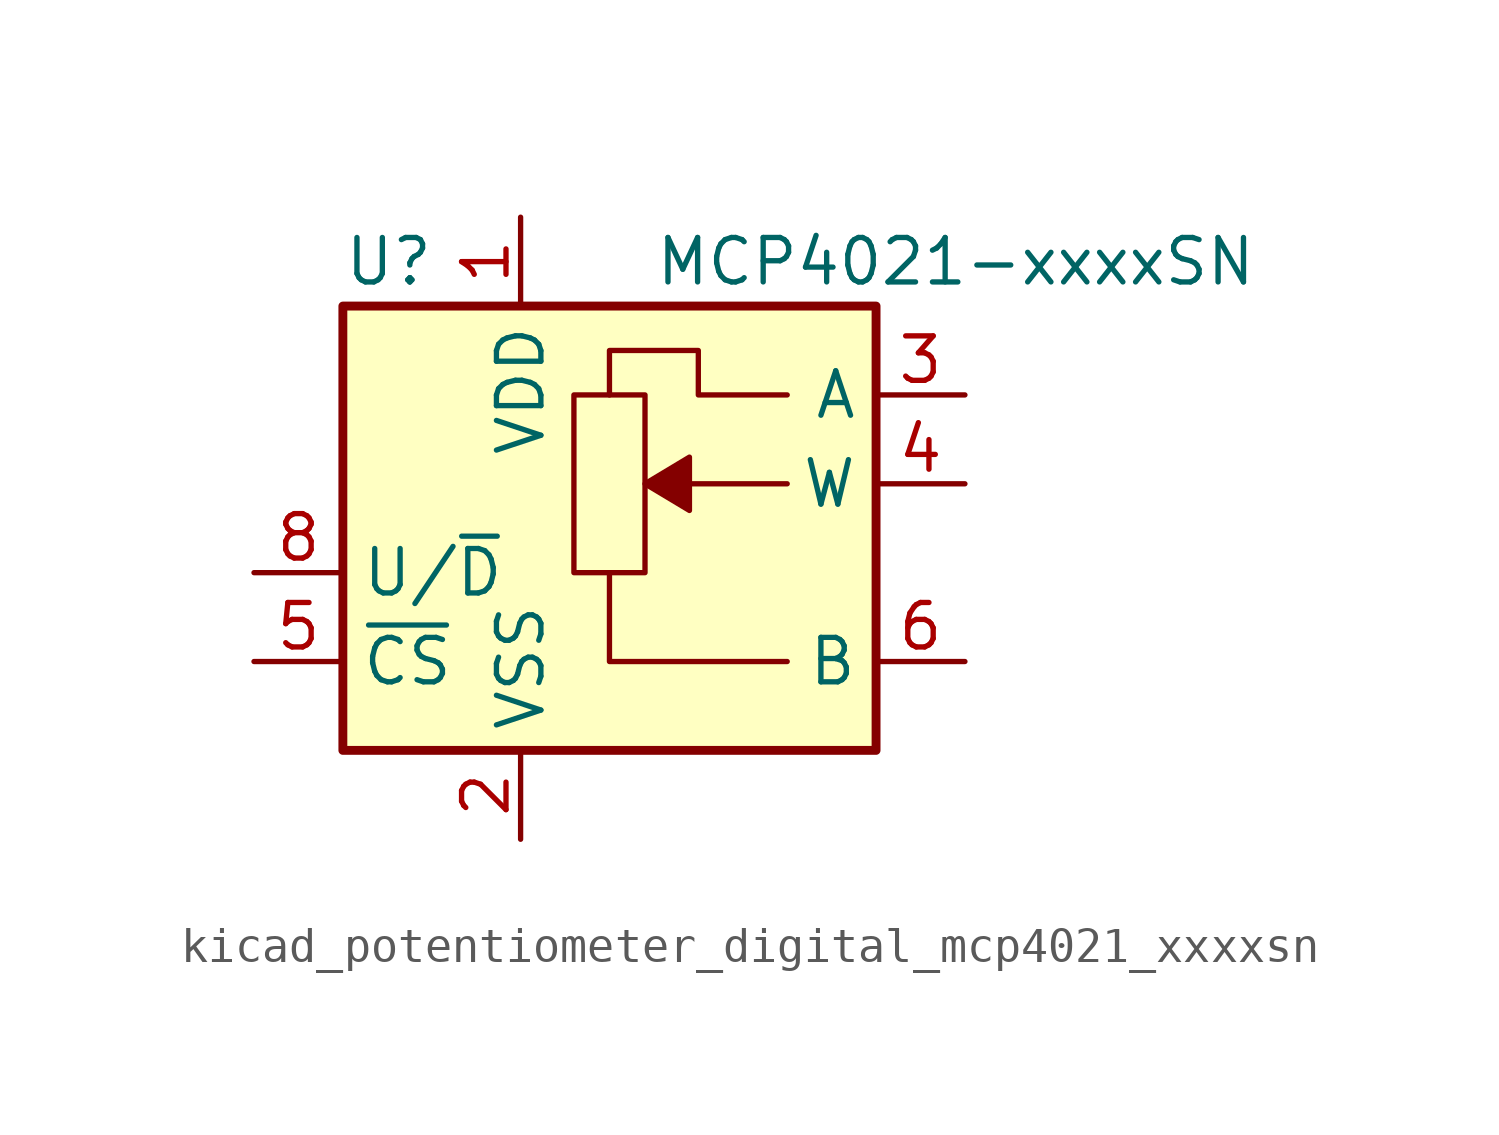
<source format=kicad_sym>
(kicad_symbol_lib
  (version 20220914)
  (generator kicad_symbol_editor)
  (symbol "kicad_potentiometer_digital_mcp4021_xxxxsn"
    (property "Reference" "U"
      (at -7.62 8.89 0)
      (effects (font (size 1.27 1.27)) (justify left)))
    (property "Value" "MCP4021-xxxxSN"
      (at 1.27 8.89 0)
      (effects (font (size 1.27 1.27)) (justify left)))
    (symbol "kicad_potentiometer_digital_mcp4021_xxxxsn_0_1"
      (polyline (pts (xy 0 0) (xy 0 -2.54) (xy 5.08 -2.54)) (stroke (width 0) (type default)) (fill (type none)))
      (polyline (pts (xy 5.08 2.54) (xy 3.81 2.54) (xy 1.27 2.54)) (stroke (width 0) (type default)) (fill (type none)))
      (polyline (pts (xy 5.08 5.08) (xy 2.54 5.08) (xy 2.54 6.35) (xy 0 6.35) (xy 0 5.08)) (stroke (width 0) (type default)) (fill (type none))))
    (symbol "kicad_potentiometer_digital_mcp4021_xxxxsn_1_1"
      (rectangle (start -7.62 7.62) (end 7.62 -5.08) (stroke (width 0.254) (type default)) (fill (type background)))
      (polyline (pts (xy 2.286 1.778) (xy 2.286 3.302) (xy 1.016 2.54) (xy 2.286 1.778)) (stroke (width 0) (type default)) (fill (type outline)))
      (rectangle (start 1.016 0) (end -1.016 5.08) (stroke (width 0) (type default)) (fill (type none)))
      (pin power_in line (at -2.54 10.16 270) (length 2.54) (name "VDD" (effects (font (size 1.27 1.27)))) (number "1" (effects (font (size 1.27 1.27)))))
      (pin power_in line (at -2.54 -7.62 90) (length 2.54) (name "VSS" (effects (font (size 1.27 1.27)))) (number "2" (effects (font (size 1.27 1.27)))))
      (pin passive line (at 10.16 5.08 180) (length 2.54) (name "A" (effects (font (size 1.27 1.27)))) (number "3" (effects (font (size 1.27 1.27)))))
      (pin passive line (at 10.16 2.54 180) (length 2.54) (name "W" (effects (font (size 1.27 1.27)))) (number "4" (effects (font (size 1.27 1.27)))))
      (pin input line (at -10.16 -2.54 0) (length 2.54) (name "~{CS}" (effects (font (size 1.27 1.27)))) (number "5" (effects (font (size 1.27 1.27)))))
      (pin passive line (at 10.16 -2.54 180) (length 2.54) (name "B" (effects (font (size 1.27 1.27)))) (number "6" (effects (font (size 1.27 1.27)))))
      (pin no_connect line (at -7.62 5.08 0) (length 2.54) hide (name "NC" (effects (font (size 1.27 1.27)))) (number "7" (effects (font (size 1.27 1.27)))))
      (pin input line (at -10.16 0 0) (length 2.54) (name "U/~{D}" (effects (font (size 1.27 1.27)))) (number "8" (effects (font (size 1.27 1.27))))))))
</source>
